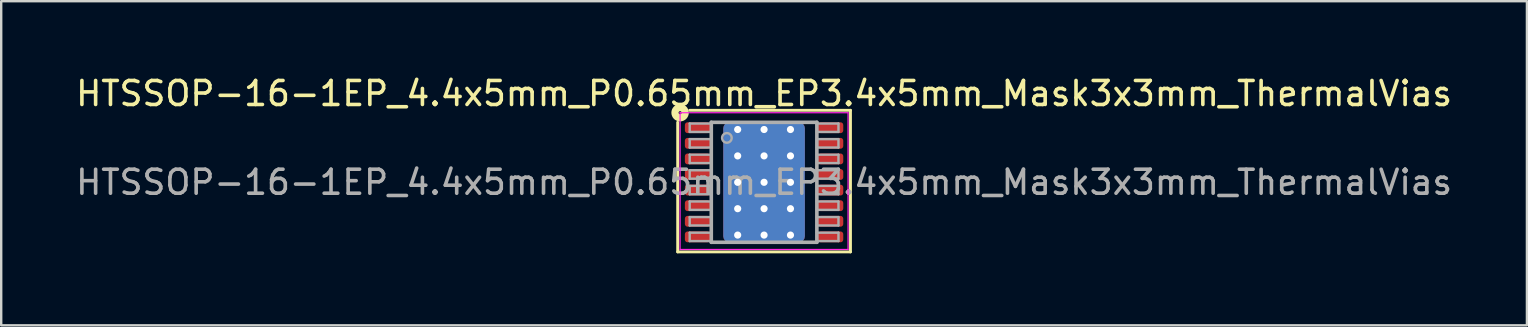
<source format=kicad_pcb>
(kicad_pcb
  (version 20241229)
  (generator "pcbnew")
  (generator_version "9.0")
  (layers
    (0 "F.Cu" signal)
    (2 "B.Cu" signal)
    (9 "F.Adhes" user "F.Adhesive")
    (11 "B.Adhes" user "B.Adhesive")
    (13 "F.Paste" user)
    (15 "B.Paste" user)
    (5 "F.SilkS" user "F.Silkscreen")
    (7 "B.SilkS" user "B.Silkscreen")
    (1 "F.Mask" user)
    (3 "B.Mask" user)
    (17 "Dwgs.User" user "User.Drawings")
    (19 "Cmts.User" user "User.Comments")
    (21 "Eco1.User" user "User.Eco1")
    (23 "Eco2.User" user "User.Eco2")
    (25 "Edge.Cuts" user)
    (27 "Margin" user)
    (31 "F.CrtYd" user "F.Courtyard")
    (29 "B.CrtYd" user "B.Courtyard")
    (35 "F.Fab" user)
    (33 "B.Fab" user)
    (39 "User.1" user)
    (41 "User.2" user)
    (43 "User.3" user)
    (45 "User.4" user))
  (footprint "HTSSOP-16-1EP_4.4x5mm_P0.65mm_EP3.4x5mm_Mask3x3mm_ThermalVias"
    (layer "F.Cu")
    (at 28.792 4.547)
    (property "Reference" "HTSSOP-16-1EP_4.4x5mm_P0.65mm_EP3.4x5mm_Mask3x3mm_ThermalVias" (at 0 -3.699 0) (layer "F.SilkS") (effects (font (size 1 1) (thickness 0.15))))
    (attr smd)
    (fp_line (start -3.6 -2.5) (end -3.6 2.9) (stroke (width 0.12) (type solid)) (layer "F.SilkS"))
    (fp_line (start -3.6 2.9) (end 3.6 2.9) (stroke (width 0.12) (type solid)) (layer "F.SilkS"))
    (fp_line (start 3.6 -3) (end -3.1 -3) (stroke (width 0.12) (type solid)) (layer "F.SilkS"))
    (fp_line (start 3.6 2.9) (end 3.6 -3) (stroke (width 0.12) (type solid)) (layer "F.SilkS"))
    (fp_circle (center -3.5 -2.9) (end -3.437 -2.9) (stroke (width 0.3) (type solid)) (fill no) (layer "F.SilkS"))
    (fp_line (start -3.5 -2.9) (end -3.5 2.8) (stroke (width 0.05) (type solid)) (layer "F.CrtYd"))
    (fp_line (start -3.5 -2.9) (end 3.5 -2.9) (stroke (width 0.05) (type solid)) (layer "F.CrtYd"))
    (fp_line (start -3.5 2.8) (end 3.5 2.8) (stroke (width 0.05) (type solid)) (layer "F.CrtYd"))
    (fp_line (start 3.5 -2.9) (end 3.5 2.8) (stroke (width 0.05) (type solid)) (layer "F.CrtYd"))
    (fp_line (start -3.1 -2.45) (end -3.1 -2.1) (stroke (width 0.1) (type solid)) (layer "F.Fab"))
    (fp_line (start -3.1 -2.45) (end -2.2 -2.45) (stroke (width 0.1) (type solid)) (layer "F.Fab"))
    (fp_line (start -3.1 -2.1) (end -2.2 -2.1) (stroke (width 0.1) (type solid)) (layer "F.Fab"))
    (fp_line (start -3.1 -1.8) (end -3.1 -1.45) (stroke (width 0.1) (type solid)) (layer "F.Fab"))
    (fp_line (start -3.1 -1.8) (end -2.2 -1.8) (stroke (width 0.1) (type solid)) (layer "F.Fab"))
    (fp_line (start -3.1 -1.45) (end -2.2 -1.45) (stroke (width 0.1) (type solid)) (layer "F.Fab"))
    (fp_line (start -3.1 -1.15) (end -3.1 -0.8) (stroke (width 0.1) (type solid)) (layer "F.Fab"))
    (fp_line (start -3.1 -1.15) (end -2.2 -1.15) (stroke (width 0.1) (type solid)) (layer "F.Fab"))
    (fp_line (start -3.1 -0.8) (end -2.2 -0.8) (stroke (width 0.1) (type solid)) (layer "F.Fab"))
    (fp_line (start -3.1 -0.5) (end -3.1 -0.15) (stroke (width 0.1) (type solid)) (layer "F.Fab"))
    (fp_line (start -3.1 -0.5) (end -2.2 -0.5) (stroke (width 0.1) (type solid)) (layer "F.Fab"))
    (fp_line (start -3.1 -0.15) (end -2.2 -0.15) (stroke (width 0.1) (type solid)) (layer "F.Fab"))
    (fp_line (start -3.1 0.15) (end -3.1 0.5) (stroke (width 0.1) (type solid)) (layer "F.Fab"))
    (fp_line (start -3.1 0.15) (end -2.2 0.15) (stroke (width 0.1) (type solid)) (layer "F.Fab"))
    (fp_line (start -3.1 0.5) (end -2.2 0.5) (stroke (width 0.1) (type solid)) (layer "F.Fab"))
    (fp_line (start -3.1 0.8) (end -3.1 1.15) (stroke (width 0.1) (type solid)) (layer "F.Fab"))
    (fp_line (start -3.1 0.8) (end -2.2 0.8) (stroke (width 0.1) (type solid)) (layer "F.Fab"))
    (fp_line (start -3.1 1.15) (end -2.2 1.15) (stroke (width 0.1) (type solid)) (layer "F.Fab"))
    (fp_line (start -3.1 1.45) (end -3.1 1.8) (stroke (width 0.1) (type solid)) (layer "F.Fab"))
    (fp_line (start -3.1 1.45) (end -2.2 1.45) (stroke (width 0.1) (type solid)) (layer "F.Fab"))
    (fp_line (start -3.1 1.8) (end -2.2 1.8) (stroke (width 0.1) (type solid)) (layer "F.Fab"))
    (fp_line (start -3.1 2.1) (end -3.1 2.45) (stroke (width 0.1) (type solid)) (layer "F.Fab"))
    (fp_line (start -3.1 2.1) (end -2.2 2.1) (stroke (width 0.1) (type solid)) (layer "F.Fab"))
    (fp_line (start -3.1 2.45) (end -2.2 2.45) (stroke (width 0.1) (type solid)) (layer "F.Fab"))
    (fp_line (start -2.2 -2.5) (end 2.2 -2.5) (stroke (width 0.15) (type solid)) (layer "F.Fab"))
    (fp_line (start -2.2 2.5) (end -2.2 -2.5) (stroke (width 0.15) (type solid)) (layer "F.Fab"))
    (fp_line (start 2.2 -2.5) (end 2.2 2.5) (stroke (width 0.15) (type solid)) (layer "F.Fab"))
    (fp_line (start 2.2 2.5) (end -2.2 2.5) (stroke (width 0.15) (type solid)) (layer "F.Fab"))
    (fp_line (start 3.1 -2.45) (end 2.2 -2.45) (stroke (width 0.1) (type solid)) (layer "F.Fab"))
    (fp_line (start 3.1 -2.1) (end 2.2 -2.1) (stroke (width 0.1) (type solid)) (layer "F.Fab"))
    (fp_line (start 3.1 -2.1) (end 3.1 -2.45) (stroke (width 0.1) (type solid)) (layer "F.Fab"))
    (fp_line (start 3.1 -1.8) (end 2.2 -1.8) (stroke (width 0.1) (type solid)) (layer "F.Fab"))
    (fp_line (start 3.1 -1.45) (end 2.2 -1.45) (stroke (width 0.1) (type solid)) (layer "F.Fab"))
    (fp_line (start 3.1 -1.45) (end 3.1 -1.8) (stroke (width 0.1) (type solid)) (layer "F.Fab"))
    (fp_line (start 3.1 -1.15) (end 2.2 -1.15) (stroke (width 0.1) (type solid)) (layer "F.Fab"))
    (fp_line (start 3.1 -0.8) (end 2.2 -0.8) (stroke (width 0.1) (type solid)) (layer "F.Fab"))
    (fp_line (start 3.1 -0.8) (end 3.1 -1.15) (stroke (width 0.1) (type solid)) (layer "F.Fab"))
    (fp_line (start 3.1 -0.5) (end 2.2 -0.5) (stroke (width 0.1) (type solid)) (layer "F.Fab"))
    (fp_line (start 3.1 -0.15) (end 2.2 -0.15) (stroke (width 0.1) (type solid)) (layer "F.Fab"))
    (fp_line (start 3.1 -0.15) (end 3.1 -0.5) (stroke (width 0.1) (type solid)) (layer "F.Fab"))
    (fp_line (start 3.1 0.15) (end 2.2 0.15) (stroke (width 0.1) (type solid)) (layer "F.Fab"))
    (fp_line (start 3.1 0.5) (end 2.2 0.5) (stroke (width 0.1) (type solid)) (layer "F.Fab"))
    (fp_line (start 3.1 0.5) (end 3.1 0.15) (stroke (width 0.1) (type solid)) (layer "F.Fab"))
    (fp_line (start 3.1 0.8) (end 2.2 0.8) (stroke (width 0.1) (type solid)) (layer "F.Fab"))
    (fp_line (start 3.1 1.15) (end 2.2 1.15) (stroke (width 0.1) (type solid)) (layer "F.Fab"))
    (fp_line (start 3.1 1.15) (end 3.1 0.8) (stroke (width 0.1) (type solid)) (layer "F.Fab"))
    (fp_line (start 3.1 1.45) (end 2.2 1.45) (stroke (width 0.1) (type solid)) (layer "F.Fab"))
    (fp_line (start 3.1 1.8) (end 2.2 1.8) (stroke (width 0.1) (type solid)) (layer "F.Fab"))
    (fp_line (start 3.1 1.8) (end 3.1 1.45) (stroke (width 0.1) (type solid)) (layer "F.Fab"))
    (fp_line (start 3.1 2.1) (end 2.2 2.1) (stroke (width 0.1) (type solid)) (layer "F.Fab"))
    (fp_line (start 3.1 2.45) (end 2.2 2.45) (stroke (width 0.1) (type solid)) (layer "F.Fab"))
    (fp_line (start 3.1 2.45) (end 3.1 2.1) (stroke (width 0.1) (type solid)) (layer "F.Fab"))
    (fp_circle (center -1.55 -1.85) (end -1.35 -1.85) (stroke (width 0.1) (type solid)) (fill no) (layer "F.Fab"))
    (fp_text user "${REFERENCE}" (at 0 0 0) (layer "F.Fab") (effects (font (size 1 1) (thickness 0.15))))
    (pad "" smd roundrect (at -0.9 -1.7) (size 1.4 1.4) (layers "F.Paste") (roundrect_rratio 0.25))
    (pad "" smd roundrect (at -0.9 0) (size 1.4 1.4) (layers "F.Paste") (roundrect_rratio 0.25))
    (pad "" smd roundrect (at -0.9 1.7) (size 1.4 1.4) (layers "F.Paste") (roundrect_rratio 0.25))
    (pad "" smd rect (at 0 0) (size 3 3) (layers "F.Mask"))
    (pad "" smd roundrect (at 0.9 -1.7) (size 1.4 1.4) (layers "F.Paste") (roundrect_rratio 0.25))
    (pad "" smd roundrect (at 0.9 0) (size 1.4 1.4) (layers "F.Paste") (roundrect_rratio 0.25))
    (pad "" smd roundrect (at 0.9 1.7) (size 1.4 1.4) (layers "F.Paste") (roundrect_rratio 0.25))
    (pad "1" smd roundrect (at -2.775 -2.275) (size 1.05 0.45) (layers "F.Cu" "F.Mask" "F.Paste") (roundrect_rratio 0.25))
    (pad "2" smd roundrect (at -2.775 -1.625) (size 1.05 0.45) (layers "F.Cu" "F.Mask" "F.Paste") (roundrect_rratio 0.25))
    (pad "3" smd roundrect (at -2.775 -0.975) (size 1.05 0.45) (layers "F.Cu" "F.Mask" "F.Paste") (roundrect_rratio 0.25))
    (pad "4" smd roundrect (at -2.775 -0.325) (size 1.05 0.45) (layers "F.Cu" "F.Mask" "F.Paste") (roundrect_rratio 0.25))
    (pad "5" smd roundrect (at -2.775 0.325) (size 1.05 0.45) (layers "F.Cu" "F.Mask" "F.Paste") (roundrect_rratio 0.25))
    (pad "6" smd roundrect (at -2.775 0.975) (size 1.05 0.45) (layers "F.Cu" "F.Mask" "F.Paste") (roundrect_rratio 0.25))
    (pad "7" smd roundrect (at -2.775 1.625) (size 1.05 0.45) (layers "F.Cu" "F.Mask" "F.Paste") (roundrect_rratio 0.25))
    (pad "8" smd roundrect (at -2.775 2.275) (size 1.05 0.45) (layers "F.Cu" "F.Mask" "F.Paste") (roundrect_rratio 0.25))
    (pad "9" smd roundrect (at 2.775 2.275) (size 1.05 0.45) (layers "F.Cu" "F.Mask" "F.Paste") (roundrect_rratio 0.25))
    (pad "10" smd roundrect (at 2.775 1.625) (size 1.05 0.45) (layers "F.Cu" "F.Mask" "F.Paste") (roundrect_rratio 0.25))
    (pad "11" smd roundrect (at 2.775 0.975) (size 1.05 0.45) (layers "F.Cu" "F.Mask" "F.Paste") (roundrect_rratio 0.25))
    (pad "12" smd roundrect (at 2.775 0.325) (size 1.05 0.45) (layers "F.Cu" "F.Mask" "F.Paste") (roundrect_rratio 0.25))
    (pad "13" smd roundrect (at 2.775 -0.325) (size 1.05 0.45) (layers "F.Cu" "F.Mask" "F.Paste") (roundrect_rratio 0.25))
    (pad "14" smd roundrect (at 2.775 -0.975) (size 1.05 0.45) (layers "F.Cu" "F.Mask" "F.Paste") (roundrect_rratio 0.25))
    (pad "15" smd roundrect (at 2.775 -1.625) (size 1.05 0.45) (layers "F.Cu" "F.Mask" "F.Paste") (roundrect_rratio 0.25))
    (pad "16" smd roundrect (at 2.775 -2.275) (size 1.05 0.45) (layers "F.Cu" "F.Mask" "F.Paste") (roundrect_rratio 0.25))
    (pad "17" thru_hole circle (at -1.1 -2.2) (size 0.6 0.6) (drill 0.3) (property pad_prop_heatsink) (layers "*.Cu"))
    (pad "17" thru_hole circle (at -1.1 -1.1) (size 0.6 0.6) (drill 0.3) (property pad_prop_heatsink) (layers "*.Cu"))
    (pad "17" thru_hole circle (at -1.1 0) (size 0.6 0.6) (drill 0.3) (property pad_prop_heatsink) (layers "*.Cu"))
    (pad "17" thru_hole circle (at -1.1 1.1) (size 0.6 0.6) (drill 0.3) (property pad_prop_heatsink) (layers "*.Cu"))
    (pad "17" thru_hole circle (at -1.1 2.2) (size 0.6 0.6) (drill 0.3) (property pad_prop_heatsink) (layers "*.Cu"))
    (pad "17" thru_hole circle (at 0 -2.2) (size 0.6 0.6) (drill 0.3) (property pad_prop_heatsink) (layers "*.Cu"))
    (pad "17" thru_hole circle (at 0 -1.1) (size 0.6 0.6) (drill 0.3) (property pad_prop_heatsink) (layers "*.Cu"))
    (pad "17" thru_hole circle (at 0 0) (size 0.6 0.6) (drill 0.3) (property pad_prop_heatsink) (layers "*.Cu"))
    (pad "17" smd roundrect (at 0 0) (size 3.4 5) (layers "F.Cu" "F.Mask") (roundrect_rratio 0.074))
    (pad "17" smd roundrect (at 0 0) (size 3.4 5) (layers "B.Cu" "B.Mask") (roundrect_rratio 0.074))
    (pad "17" thru_hole circle (at 0 1.1) (size 0.6 0.6) (drill 0.3) (property pad_prop_heatsink) (layers "*.Cu"))
    (pad "17" thru_hole circle (at 0 2.2) (size 0.6 0.6) (drill 0.3) (property pad_prop_heatsink) (layers "*.Cu"))
    (pad "17" thru_hole circle (at 1.1 -2.2) (size 0.6 0.6) (drill 0.3) (property pad_prop_heatsink) (layers "*.Cu"))
    (pad "17" thru_hole circle (at 1.1 -1.1) (size 0.6 0.6) (drill 0.3) (property pad_prop_heatsink) (layers "*.Cu"))
    (pad "17" thru_hole circle (at 1.1 0) (size 0.6 0.6) (drill 0.3) (property pad_prop_heatsink) (layers "*.Cu"))
    (pad "17" thru_hole circle (at 1.1 1.1) (size 0.6 0.6) (drill 0.3) (property pad_prop_heatsink) (layers "*.Cu"))
    (pad "17" thru_hole circle (at 1.1 2.2) (size 0.6 0.6) (drill 0.3) (property pad_prop_heatsink) (layers "*.Cu")))
  (gr_rect
    (start -3 -3)
    (end 60.583 10.507)
    (stroke (width 0.1) (type default))
    (fill no)
    (layer "Edge.Cuts")))
</source>
